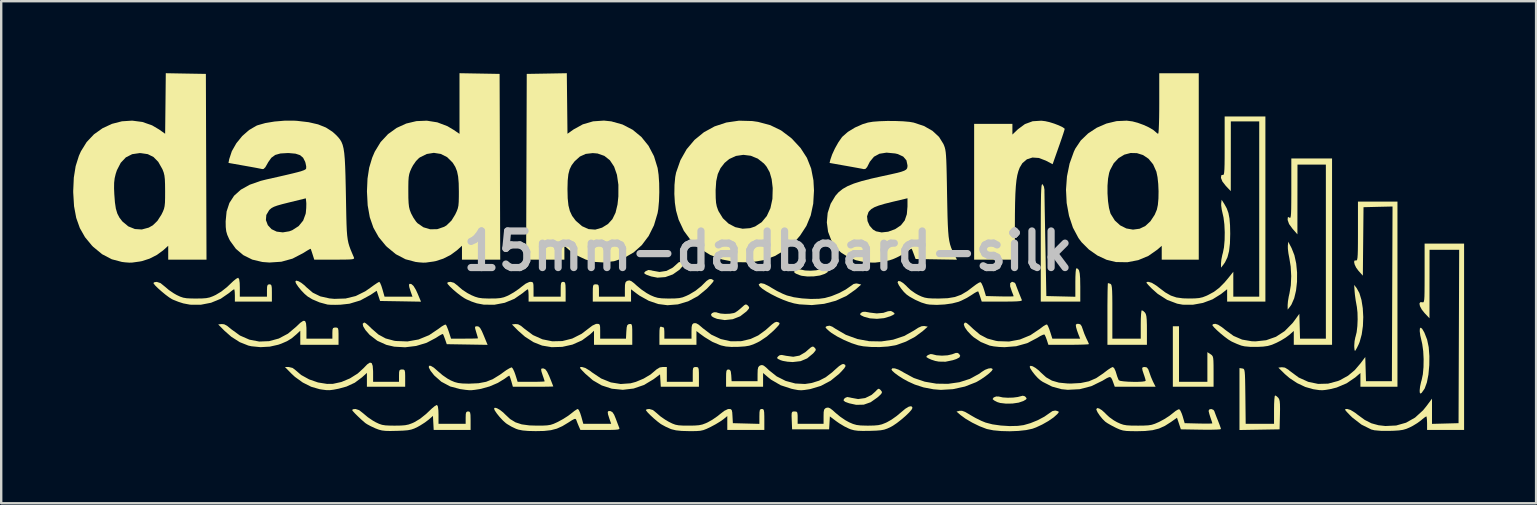
<source format=kicad_pcb>
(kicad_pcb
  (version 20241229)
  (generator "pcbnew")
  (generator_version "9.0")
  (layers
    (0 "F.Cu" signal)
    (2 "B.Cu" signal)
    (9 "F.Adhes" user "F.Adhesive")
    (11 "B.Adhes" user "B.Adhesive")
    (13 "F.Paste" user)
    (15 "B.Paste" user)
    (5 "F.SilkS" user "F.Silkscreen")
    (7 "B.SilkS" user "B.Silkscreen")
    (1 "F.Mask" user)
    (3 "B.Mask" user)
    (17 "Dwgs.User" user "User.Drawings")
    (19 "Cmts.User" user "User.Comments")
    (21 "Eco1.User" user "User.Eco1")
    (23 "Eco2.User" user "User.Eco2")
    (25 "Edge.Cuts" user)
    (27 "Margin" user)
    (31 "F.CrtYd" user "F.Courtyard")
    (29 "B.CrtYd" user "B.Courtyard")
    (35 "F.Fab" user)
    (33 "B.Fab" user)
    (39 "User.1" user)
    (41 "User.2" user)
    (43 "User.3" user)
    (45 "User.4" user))
  (footprint "15mm-dadboard-silk"
    (layer "F.Cu")
    (at 28.947 7.407)
    (property "Reference" "15mm-dadboard-silk" (at 0 0 0) (layer "Dwgs.User") (effects (font (size 1.524 1.524) (thickness 0.3))))
    (attr board_only exclude_from_pos_files exclude_from_bom)
    (fp_poly (pts (xy 17.122 5.45) (xy 18.304 5.45) (xy 18.304 4.214) (xy 18.433 4.298) (xy 18.487 4.337) (xy 18.523 4.384) (xy 18.545 4.458) (xy 18.556 4.579) (xy 18.561 4.765) (xy 18.562 5.019) (xy 18.562 5.656) (xy 16.865 5.656) (xy 16.865 3.136) (xy 17.122 3.136)) (stroke (width 0) (type solid)) (fill yes) (layer "F.SilkS"))
    (fp_poly (pts (xy -3.616 0.47) (xy -3.555 0.556) (xy -3.578 0.655) (xy -3.689 0.781) (xy -3.965 0.975) (xy -4.278 1.087) (xy -4.604 1.111) (xy -4.864 1.061) (xy -5.047 0.997) (xy -5.141 0.948) (xy -5.158 0.903) (xy -5.109 0.851) (xy -5.092 0.839) (xy -4.985 0.791) (xy -4.86 0.806) (xy -4.824 0.818) (xy -4.521 0.873) (xy -4.23 0.829) (xy -3.965 0.69) (xy -3.835 0.573) (xy -3.727 0.474) (xy -3.654 0.451)) (stroke (width 0) (type solid)) (fill yes) (layer "F.SilkS"))
    (fp_poly (pts (xy 5.203 2.541) (xy 5.265 2.59) (xy 5.267 2.627) (xy 5.197 2.671) (xy 5.087 2.722) (xy 4.833 2.798) (xy 4.538 2.826) (xy 4.244 2.806) (xy 3.996 2.738) (xy 3.991 2.736) (xy 3.87 2.676) (xy 3.832 2.634) (xy 3.861 2.589) (xy 3.877 2.575) (xy 3.947 2.536) (xy 4.045 2.531) (xy 4.203 2.558) (xy 4.24 2.566) (xy 4.528 2.6) (xy 4.801 2.577) (xy 5.001 2.51) (xy 5.121 2.499)) (stroke (width 0) (type solid)) (fill yes) (layer "F.SilkS"))
    (fp_poly (pts (xy 21.813 -0.119) (xy 21.929 0.174) (xy 22.005 0.52) (xy 22.041 0.897) (xy 22.039 1.28) (xy 21.998 1.646) (xy 21.92 1.972) (xy 21.805 2.234) (xy 21.75 2.314) (xy 21.649 2.442) (xy 21.648 2.252) (xy 21.661 2.093) (xy 21.695 1.891) (xy 21.724 1.766) (xy 21.78 1.432) (xy 21.797 1.045) (xy 21.775 0.648) (xy 21.72 0.309) (xy 21.681 0.102) (xy 21.658 -0.089) (xy 21.656 -0.216) (xy 21.673 -0.386)) (stroke (width 0) (type solid)) (fill yes) (layer "F.SilkS"))
    (fp_poly (pts (xy 2.402 0.742) (xy 2.449 0.782) (xy 2.495 0.84) (xy 2.475 0.886) (xy 2.377 0.945) (xy 2.359 0.954) (xy 2.161 1.021) (xy 1.907 1.057) (xy 1.64 1.062) (xy 1.403 1.033) (xy 1.32 1.008) (xy 1.161 0.943) (xy 1.091 0.891) (xy 1.099 0.841) (xy 1.149 0.796) (xy 1.273 0.753) (xy 1.371 0.775) (xy 1.545 0.811) (xy 1.772 0.821) (xy 2.003 0.804) (xy 2.193 0.761) (xy 2.195 0.761) (xy 2.322 0.726)) (stroke (width 0) (type solid)) (fill yes) (layer "F.SilkS"))
    (fp_poly (pts (xy 7.959 4.286) (xy 7.96 4.287) (xy 8.007 4.366) (xy 7.971 4.435) (xy 7.846 4.501) (xy 7.701 4.549) (xy 7.395 4.613) (xy 7.115 4.608) (xy 6.967 4.58) (xy 6.808 4.529) (xy 6.688 4.475) (xy 6.603 4.423) (xy 6.604 4.383) (xy 6.661 4.337) (xy 6.768 4.294) (xy 6.837 4.299) (xy 7.016 4.344) (xy 7.246 4.36) (xy 7.48 4.346) (xy 7.671 4.303) (xy 7.685 4.297) (xy 7.819 4.248) (xy 7.898 4.245)) (stroke (width 0) (type solid)) (fill yes) (layer "F.SilkS"))
    (fp_poly (pts (xy 4.668 5.77) (xy 4.698 5.802) (xy 4.742 5.861) (xy 4.742 5.913) (xy 4.687 5.984) (xy 4.565 6.095) (xy 4.556 6.103) (xy 4.275 6.301) (xy 3.987 6.402) (xy 3.674 6.409) (xy 3.381 6.345) (xy 3.218 6.286) (xy 3.148 6.231) (xy 3.162 6.169) (xy 3.212 6.12) (xy 3.3 6.083) (xy 3.426 6.105) (xy 3.452 6.113) (xy 3.753 6.168) (xy 4.048 6.127) (xy 4.315 5.995) (xy 4.465 5.862) (xy 4.558 5.766) (xy 4.615 5.737)) (stroke (width 0) (type solid)) (fill yes) (layer "F.SilkS"))
    (fp_poly (pts (xy 10.695 6.051) (xy 10.731 6.082) (xy 10.773 6.138) (xy 10.749 6.185) (xy 10.645 6.246) (xy 10.637 6.251) (xy 10.438 6.318) (xy 10.183 6.355) (xy 9.914 6.359) (xy 9.672 6.331) (xy 9.551 6.294) (xy 9.43 6.232) (xy 9.363 6.178) (xy 9.358 6.166) (xy 9.402 6.101) (xy 9.503 6.061) (xy 9.618 6.063) (xy 9.641 6.07) (xy 9.786 6.101) (xy 9.99 6.113) (xy 10.211 6.107) (xy 10.405 6.082) (xy 10.486 6.061) (xy 10.613 6.029)) (stroke (width 0) (type solid)) (fill yes) (layer "F.SilkS"))
    (fp_poly (pts (xy 19.013 -1.954) (xy 19.112 -1.775) (xy 19.181 -1.583) (xy 19.225 -1.355) (xy 19.248 -1.069) (xy 19.255 -0.72) (xy 19.244 -0.315) (xy 19.207 0.006) (xy 19.14 0.262) (xy 19.04 0.47) (xy 18.973 0.566) (xy 18.872 0.694) (xy 18.872 0.514) (xy 18.887 0.355) (xy 18.926 0.162) (xy 18.95 0.077) (xy 18.996 -0.155) (xy 19.022 -0.453) (xy 19.027 -0.783) (xy 19.012 -1.109) (xy 18.976 -1.397) (xy 18.945 -1.535) (xy 18.902 -1.725) (xy 18.879 -1.898) (xy 18.88 -1.983) (xy 18.898 -2.134)) (stroke (width 0) (type solid)) (fill yes) (layer "F.SilkS"))
    (fp_poly (pts (xy -0.866 2.25) (xy -0.838 2.277) (xy -0.788 2.338) (xy -0.794 2.395) (xy -0.863 2.48) (xy -0.899 2.519) (xy -1.16 2.72) (xy -1.469 2.842) (xy -1.803 2.878) (xy -2.124 2.827) (xy -2.258 2.774) (xy -2.344 2.721) (xy -2.377 2.653) (xy -2.335 2.589) (xy -2.249 2.551) (xy -2.145 2.555) (xy -2.112 2.569) (xy -1.98 2.605) (xy -1.792 2.62) (xy -1.592 2.613) (xy -1.426 2.585) (xy -1.372 2.565) (xy -1.264 2.493) (xy -1.131 2.384) (xy -1.092 2.348) (xy -0.986 2.254) (xy -0.921 2.224)) (stroke (width 0) (type solid)) (fill yes) (layer "F.SilkS"))
    (fp_poly (pts (xy 1.891 3.987) (xy 1.941 4.027) (xy 1.988 4.087) (xy 1.981 4.144) (xy 1.912 4.231) (xy 1.874 4.272) (xy 1.63 4.474) (xy 1.358 4.589) (xy 1.034 4.626) (xy 1.018 4.626) (xy 0.812 4.612) (xy 0.62 4.579) (xy 0.518 4.547) (xy 0.406 4.493) (xy 0.377 4.45) (xy 0.416 4.395) (xy 0.424 4.388) (xy 0.489 4.34) (xy 0.574 4.331) (xy 0.715 4.358) (xy 0.751 4.366) (xy 1.051 4.406) (xy 1.311 4.358) (xy 1.553 4.216) (xy 1.629 4.15) (xy 1.757 4.037) (xy 1.837 3.985)) (stroke (width 0) (type solid)) (fill yes) (layer "F.SilkS"))
    (fp_poly (pts (xy 19.757 4.894) (xy 19.795 4.901) (xy 19.823 4.92) (xy 19.844 4.963) (xy 19.859 5.043) (xy 19.869 5.173) (xy 19.876 5.366) (xy 19.881 5.633) (xy 19.886 5.989) (xy 19.887 6.054) (xy 19.9 7.198) (xy 21.081 7.198) (xy 21.081 6.607) (xy 21.084 6.374) (xy 21.094 6.185) (xy 21.108 6.058) (xy 21.124 6.016) (xy 21.189 6.05) (xy 21.255 6.112) (xy 21.292 6.169) (xy 21.316 6.253) (xy 21.328 6.384) (xy 21.331 6.582) (xy 21.327 6.819) (xy 21.312 7.43) (xy 20.477 7.444) (xy 19.641 7.458) (xy 19.641 4.877)) (stroke (width 0) (type solid)) (fill yes) (layer "F.SilkS"))
    (fp_poly (pts (xy 24.519 1.54) (xy 24.637 1.753) (xy 24.724 2.042) (xy 24.778 2.382) (xy 24.798 2.75) (xy 24.784 3.122) (xy 24.734 3.476) (xy 24.648 3.788) (xy 24.608 3.886) (xy 24.536 4.034) (xy 24.478 4.135) (xy 24.452 4.165) (xy 24.434 4.119) (xy 24.424 4.003) (xy 24.423 3.937) (xy 24.436 3.758) (xy 24.467 3.597) (xy 24.478 3.565) (xy 24.523 3.381) (xy 24.552 3.13) (xy 24.564 2.848) (xy 24.558 2.569) (xy 24.532 2.329) (xy 24.524 2.288) (xy 24.483 2.059) (xy 24.45 1.816) (xy 24.439 1.697) (xy 24.419 1.414)) (stroke (width 0) (type solid)) (fill yes) (layer "F.SilkS"))
    (fp_poly (pts (xy 27.253 3.243) (xy 27.338 3.387) (xy 27.347 3.406) (xy 27.458 3.69) (xy 27.525 4.007) (xy 27.553 4.379) (xy 27.549 4.752) (xy 27.514 5.145) (xy 27.449 5.476) (xy 27.355 5.733) (xy 27.236 5.903) (xy 27.22 5.918) (xy 27.171 5.94) (xy 27.151 5.889) (xy 27.149 5.804) (xy 27.165 5.65) (xy 27.206 5.459) (xy 27.231 5.373) (xy 27.281 5.137) (xy 27.308 4.835) (xy 27.313 4.502) (xy 27.296 4.171) (xy 27.256 3.878) (xy 27.232 3.772) (xy 27.175 3.523) (xy 27.151 3.339) (xy 27.158 3.226) (xy 27.193 3.192)) (stroke (width 0) (type solid)) (fill yes) (layer "F.SilkS"))
    (fp_poly (pts (xy 14.222 1.353) (xy 14.264 1.368) (xy 14.291 1.39) (xy 14.311 1.439) (xy 14.326 1.529) (xy 14.336 1.672) (xy 14.342 1.881) (xy 14.345 2.167) (xy 14.345 2.525) (xy 14.345 3.651) (xy 15.528 3.651) (xy 15.528 3.059) (xy 15.531 2.827) (xy 15.541 2.637) (xy 15.555 2.511) (xy 15.571 2.468) (xy 15.636 2.502) (xy 15.7 2.562) (xy 15.737 2.622) (xy 15.762 2.716) (xy 15.777 2.862) (xy 15.784 3.08) (xy 15.785 3.282) (xy 15.785 3.908) (xy 14.14 3.908) (xy 14.14 2.622) (xy 14.14 2.271) (xy 14.143 1.956) (xy 14.146 1.692) (xy 14.151 1.492) (xy 14.156 1.369) (xy 14.161 1.337)) (stroke (width 0) (type solid)) (fill yes) (layer "F.SilkS"))
    (fp_poly (pts (xy 2.679 3.154) (xy 2.81 3.24) (xy 3.245 3.493) (xy 3.719 3.666) (xy 4.216 3.758) (xy 4.718 3.767) (xy 5.21 3.695) (xy 5.674 3.54) (xy 6.071 3.318) (xy 6.262 3.195) (xy 6.4 3.134) (xy 6.506 3.125) (xy 6.518 3.127) (xy 6.654 3.152) (xy 6.441 3.341) (xy 6.123 3.575) (xy 5.747 3.774) (xy 5.36 3.914) (xy 5.291 3.931) (xy 4.995 3.979) (xy 4.649 4.002) (xy 4.293 3.998) (xy 3.966 3.97) (xy 3.753 3.929) (xy 3.47 3.836) (xy 3.168 3.708) (xy 2.883 3.562) (xy 2.646 3.415) (xy 2.55 3.34) (xy 2.438 3.238) (xy 2.395 3.182) (xy 2.414 3.149) (xy 2.472 3.125) (xy 2.567 3.112)) (stroke (width 0) (type solid)) (fill yes) (layer "F.SilkS"))
    (fp_poly (pts (xy -0.158 1.369) (xy 0.051 1.474) (xy 0.154 1.538) (xy 0.371 1.664) (xy 0.614 1.782) (xy 0.786 1.852) (xy 1.073 1.926) (xy 1.419 1.975) (xy 1.783 1.998) (xy 2.126 1.99) (xy 2.369 1.958) (xy 2.655 1.876) (xy 2.958 1.753) (xy 3.235 1.606) (xy 3.433 1.468) (xy 3.565 1.375) (xy 3.676 1.351) (xy 3.742 1.362) (xy 3.882 1.398) (xy 3.651 1.601) (xy 3.268 1.871) (xy 2.823 2.073) (xy 2.336 2.201) (xy 1.824 2.253) (xy 1.308 2.223) (xy 1.086 2.183) (xy 0.868 2.122) (xy 0.627 2.032) (xy 0.378 1.923) (xy 0.14 1.803) (xy -0.073 1.681) (xy -0.243 1.567) (xy -0.353 1.469) (xy -0.387 1.396) (xy -0.383 1.384) (xy -0.302 1.339)) (stroke (width 0) (type solid)) (fill yes) (layer "F.SilkS"))
    (fp_poly (pts (xy 9.354 4.913) (xy 9.358 4.933) (xy 9.317 4.999) (xy 9.21 5.1) (xy 9.058 5.219) (xy 8.884 5.339) (xy 8.71 5.443) (xy 8.664 5.467) (xy 8.203 5.647) (xy 7.704 5.756) (xy 7.201 5.786) (xy 6.89 5.761) (xy 6.478 5.682) (xy 6.112 5.563) (xy 5.837 5.438) (xy 5.631 5.325) (xy 5.438 5.202) (xy 5.279 5.085) (xy 5.174 4.988) (xy 5.142 4.932) (xy 5.181 4.886) (xy 5.286 4.891) (xy 5.434 4.941) (xy 5.604 5.031) (xy 5.65 5.061) (xy 6.072 5.29) (xy 6.532 5.445) (xy 7.015 5.527) (xy 7.5 5.534) (xy 7.972 5.467) (xy 8.412 5.326) (xy 8.803 5.112) (xy 8.905 5.036) (xy 9.041 4.95) (xy 9.179 4.897) (xy 9.292 4.882)) (stroke (width 0) (type solid)) (fill yes) (layer "F.SilkS"))
    (fp_poly (pts (xy 11.548 -5.409) (xy 11.725 -5.369) (xy 11.92 -5.308) (xy 12.106 -5.237) (xy 12.257 -5.166) (xy 12.346 -5.106) (xy 12.359 -5.087) (xy 12.345 -5.03) (xy 12.303 -4.895) (xy 12.237 -4.699) (xy 12.154 -4.458) (xy 12.111 -4.337) (xy 11.857 -3.616) (xy 11.571 -3.766) (xy 11.282 -3.876) (xy 11.017 -3.894) (xy 10.785 -3.82) (xy 10.596 -3.659) (xy 10.485 -3.474) (xy 10.43 -3.328) (xy 10.385 -3.158) (xy 10.35 -2.951) (xy 10.324 -2.698) (xy 10.305 -2.385) (xy 10.293 -2.003) (xy 10.286 -1.538) (xy 10.284 -1.093) (xy 10.283 0.36) (xy 8.587 0.36) (xy 8.587 -5.296) (xy 10.181 -5.296) (xy 10.181 -4.851) (xy 10.411 -5.072) (xy 10.702 -5.287) (xy 11.026 -5.406) (xy 11.386 -5.428)) (stroke (width 0) (type solid)) (fill yes) (layer "F.SilkS"))
    (fp_poly (pts (xy 11.44 -2.777) (xy 11.494 -2.683) (xy 11.516 -2.552) (xy 11.516 -2.467) (xy 11.519 -2.291) (xy 11.523 -2.035) (xy 11.528 -1.712) (xy 11.535 -1.333) (xy 11.543 -0.911) (xy 11.551 -0.456) (xy 11.555 -0.257) (xy 11.595 1.877) (xy 12.803 1.906) (xy 12.803 1.313) (xy 12.806 1.08) (xy 12.815 0.89) (xy 12.829 0.763) (xy 12.844 0.72) (xy 12.91 0.74) (xy 12.957 0.808) (xy 12.987 0.938) (xy 13.003 1.143) (xy 13.008 1.436) (xy 13.009 1.476) (xy 13.009 2.108) (xy 11.363 2.108) (xy 11.363 -0.366) (xy 11.363 -0.938) (xy 11.364 -1.415) (xy 11.366 -1.806) (xy 11.37 -2.117) (xy 11.374 -2.358) (xy 11.381 -2.536) (xy 11.39 -2.66) (xy 11.4 -2.737) (xy 11.414 -2.775) (xy 11.43 -2.783)) (stroke (width 0) (type solid)) (fill yes) (layer "F.SilkS"))
    (fp_poly (pts (xy 12.013 6.656) (xy 12.104 6.685) (xy 12.109 6.725) (xy 12.05 6.797) (xy 11.896 6.935) (xy 11.676 7.086) (xy 11.422 7.23) (xy 11.167 7.349) (xy 11.014 7.405) (xy 10.754 7.461) (xy 10.428 7.496) (xy 10.071 7.51) (xy 9.713 7.501) (xy 9.387 7.471) (xy 9.126 7.418) (xy 9.099 7.41) (xy 8.811 7.299) (xy 8.508 7.151) (xy 8.229 6.987) (xy 8.026 6.839) (xy 7.852 6.69) (xy 7.98 6.658) (xy 8.08 6.656) (xy 8.209 6.703) (xy 8.391 6.808) (xy 8.426 6.831) (xy 8.644 6.956) (xy 8.886 7.075) (xy 9.064 7.148) (xy 9.351 7.222) (xy 9.697 7.271) (xy 10.061 7.294) (xy 10.404 7.286) (xy 10.647 7.254) (xy 10.933 7.172) (xy 11.236 7.049) (xy 11.513 6.902) (xy 11.711 6.764) (xy 11.848 6.67) (xy 11.963 6.647)) (stroke (width 0) (type solid)) (fill yes) (layer "F.SilkS"))
    (fp_poly (pts (xy -7.052 3.04) (xy -7.012 3.073) (xy -6.996 3.16) (xy -6.993 3.322) (xy -6.993 3.342) (xy -6.993 3.651) (xy -5.918 3.651) (xy -5.903 3.355) (xy -5.889 3.186) (xy -5.865 3.094) (xy -5.818 3.054) (xy -5.772 3.043) (xy -5.716 3.04) (xy -5.682 3.064) (xy -5.664 3.133) (xy -5.657 3.268) (xy -5.656 3.467) (xy -5.656 3.908) (xy -7.25 3.908) (xy -7.25 3.322) (xy -7.417 3.478) (xy -7.753 3.725) (xy -8.146 3.899) (xy -8.572 3.994) (xy -9.012 4.007) (xy -9.413 3.94) (xy -9.769 3.799) (xy -10.124 3.572) (xy -10.41 3.321) (xy -10.669 3.059) (xy -10.525 3.043) (xy -10.413 3.053) (xy -10.29 3.12) (xy -10.156 3.232) (xy -9.793 3.503) (xy -9.399 3.679) (xy -8.987 3.762) (xy -8.569 3.752) (xy -8.158 3.648) (xy -7.766 3.45) (xy -7.499 3.246) (xy -7.319 3.109) (xy -7.17 3.039) (xy -7.126 3.034)) (stroke (width 0) (type solid)) (fill yes) (layer "F.SilkS"))
    (fp_poly (pts (xy -19.289 2.915) (xy -19.247 3.011) (xy -19.231 3.199) (xy -19.23 3.289) (xy -19.23 3.651) (xy -18.15 3.651) (xy -18.15 3.419) (xy -18.145 3.276) (xy -18.119 3.209) (xy -18.056 3.189) (xy -18.022 3.188) (xy -17.955 3.193) (xy -17.916 3.224) (xy -17.898 3.303) (xy -17.893 3.452) (xy -17.893 3.548) (xy -17.893 3.908) (xy -19.487 3.908) (xy -19.487 3.322) (xy -19.654 3.477) (xy -19.845 3.638) (xy -20.039 3.757) (xy -20.275 3.859) (xy -20.405 3.905) (xy -20.756 3.984) (xy -21.144 4.006) (xy -21.52 3.969) (xy -21.65 3.94) (xy -22.006 3.799) (xy -22.362 3.572) (xy -22.647 3.321) (xy -22.906 3.059) (xy -22.764 3.043) (xy -22.658 3.053) (xy -22.538 3.115) (xy -22.38 3.243) (xy -22.367 3.255) (xy -21.999 3.522) (xy -21.605 3.694) (xy -21.196 3.772) (xy -20.784 3.756) (xy -20.381 3.646) (xy -19.999 3.443) (xy -19.662 3.159) (xy -19.487 2.992) (xy -19.366 2.91)) (stroke (width 0) (type solid)) (fill yes) (layer "F.SilkS"))
    (fp_poly (pts (xy -4.216 5.45) (xy -3.136 5.45) (xy -3.136 5.142) (xy -3.134 4.971) (xy -3.119 4.878) (xy -3.082 4.841) (xy -3.012 4.833) (xy -3.008 4.833) (xy -2.944 4.838) (xy -2.906 4.865) (xy -2.887 4.936) (xy -2.88 5.071) (xy -2.879 5.245) (xy -2.879 5.656) (xy -4.468 5.656) (xy -4.483 5.397) (xy -4.499 5.139) (xy -4.769 5.342) (xy -5.168 5.582) (xy -5.6 5.73) (xy -6.049 5.783) (xy -6.5 5.738) (xy -6.517 5.734) (xy -6.929 5.6) (xy -7.297 5.387) (xy -7.614 5.111) (xy -7.751 4.971) (xy -7.822 4.888) (xy -7.835 4.848) (xy -7.797 4.834) (xy -7.749 4.833) (xy -7.611 4.873) (xy -7.427 4.984) (xy -7.338 5.053) (xy -6.954 5.31) (xy -6.55 5.474) (xy -6.138 5.541) (xy -5.727 5.512) (xy -5.506 5.452) (xy -5.182 5.316) (xy -4.893 5.144) (xy -4.67 4.955) (xy -4.658 4.942) (xy -4.51 4.851) (xy -4.388 4.833) (xy -4.216 4.833)) (stroke (width 0) (type solid)) (fill yes) (layer "F.SilkS"))
    (fp_poly (pts (xy -16.512 4.67) (xy -16.47 4.785) (xy -16.454 4.998) (xy -16.453 5.07) (xy -16.453 5.45) (xy -15.374 5.45) (xy -15.374 5.193) (xy -15.37 5.041) (xy -15.348 4.964) (xy -15.297 4.938) (xy -15.245 4.936) (xy -15.178 4.941) (xy -15.14 4.972) (xy -15.122 5.051) (xy -15.117 5.2) (xy -15.117 5.296) (xy -15.117 5.656) (xy -16.711 5.656) (xy -16.711 5.078) (xy -16.914 5.262) (xy -17.217 5.488) (xy -17.561 5.647) (xy -17.886 5.736) (xy -18.101 5.778) (xy -18.261 5.798) (xy -18.41 5.795) (xy -18.595 5.771) (xy -18.685 5.756) (xy -19.032 5.656) (xy -19.384 5.479) (xy -19.711 5.243) (xy -19.845 5.119) (xy -20.126 4.833) (xy -19.969 4.833) (xy -19.81 4.871) (xy -19.718 4.937) (xy -19.451 5.165) (xy -19.117 5.349) (xy -18.748 5.477) (xy -18.373 5.537) (xy -18.125 5.534) (xy -17.774 5.457) (xy -17.417 5.307) (xy -17.093 5.103) (xy -16.851 4.881) (xy -16.696 4.721) (xy -16.585 4.649)) (stroke (width 0) (type solid)) (fill yes) (layer "F.SilkS"))
    (fp_poly (pts (xy -19.57 1.255) (xy -19.447 1.324) (xy -19.312 1.43) (xy -19.229 1.512) (xy -18.965 1.737) (xy -18.651 1.89) (xy -18.272 1.975) (xy -18.064 1.994) (xy -17.6 1.979) (xy -17.177 1.876) (xy -16.778 1.678) (xy -16.581 1.541) (xy -16.419 1.423) (xy -16.287 1.334) (xy -16.207 1.288) (xy -16.196 1.285) (xy -16.16 1.331) (xy -16.11 1.449) (xy -16.064 1.594) (xy -15.977 1.902) (xy -14.813 1.902) (xy -14.888 1.69) (xy -14.946 1.506) (xy -14.959 1.402) (xy -14.925 1.365) (xy -14.855 1.38) (xy -14.769 1.456) (xy -14.669 1.621) (xy -14.603 1.765) (xy -14.457 2.111) (xy -15.309 2.096) (xy -16.162 2.082) (xy -16.233 1.869) (xy -16.304 1.656) (xy -16.558 1.827) (xy -16.986 2.06) (xy -17.438 2.196) (xy -17.816 2.238) (xy -18.029 2.243) (xy -18.216 2.241) (xy -18.343 2.232) (xy -18.356 2.23) (xy -18.682 2.142) (xy -18.986 2.013) (xy -19.175 1.899) (xy -19.308 1.786) (xy -19.447 1.641) (xy -19.571 1.49) (xy -19.66 1.358) (xy -19.693 1.272) (xy -19.658 1.234)) (stroke (width 0) (type solid)) (fill yes) (layer "F.SilkS"))
    (fp_poly (pts (xy 3.217 4.746) (xy 3.227 4.8) (xy 3.178 4.885) (xy 3.062 5.015) (xy 2.958 5.121) (xy 2.607 5.405) (xy 2.201 5.62) (xy 1.77 5.75) (xy 1.717 5.76) (xy 1.521 5.79) (xy 1.381 5.802) (xy 1.253 5.794) (xy 1.092 5.765) (xy 0.977 5.74) (xy 0.528 5.593) (xy 0.128 5.361) (xy 0.009 5.266) (xy -0.206 5.082) (xy -0.206 5.656) (xy -1.748 5.656) (xy -1.748 5.296) (xy -1.745 5.107) (xy -1.733 4.998) (xy -1.704 4.948) (xy -1.653 4.936) (xy -1.648 4.936) (xy -1.585 4.954) (xy -1.551 5.023) (xy -1.533 5.169) (xy -1.532 5.18) (xy -1.517 5.424) (xy -0.437 5.424) (xy -0.436 5.121) (xy -0.43 4.945) (xy -0.408 4.843) (xy -0.361 4.787) (xy -0.323 4.767) (xy -0.252 4.75) (xy -0.177 4.776) (xy -0.075 4.857) (xy 0.036 4.964) (xy 0.363 5.225) (xy 0.737 5.413) (xy 1.137 5.52) (xy 1.541 5.54) (xy 1.806 5.501) (xy 2.125 5.403) (xy 2.401 5.261) (xy 2.671 5.055) (xy 2.78 4.954) (xy 2.961 4.795) (xy 3.087 4.716) (xy 3.155 4.709)) (stroke (width 0) (type solid)) (fill yes) (layer "F.SilkS"))
    (fp_poly (pts (xy 26.223 5.656) (xy 24.68 5.656) (xy 24.68 5.082) (xy 24.464 5.268) (xy 24.103 5.513) (xy 23.687 5.689) (xy 23.424 5.754) (xy 23.238 5.786) (xy 23.103 5.8) (xy 22.976 5.796) (xy 22.812 5.773) (xy 22.705 5.756) (xy 22.383 5.664) (xy 22.044 5.504) (xy 21.726 5.294) (xy 21.531 5.126) (xy 21.261 4.859) (xy 21.405 4.842) (xy 21.534 4.858) (xy 21.676 4.944) (xy 21.739 4.998) (xy 22.109 5.271) (xy 22.506 5.451) (xy 22.918 5.537) (xy 23.334 5.526) (xy 23.745 5.416) (xy 23.839 5.376) (xy 24.166 5.194) (xy 24.443 4.963) (xy 24.682 4.683) (xy 24.882 4.417) (xy 24.912 5.424) (xy 25.991 5.424) (xy 26.004 1.785) (xy 26.018 -1.854) (xy 25.413 -1.84) (xy 24.809 -1.825) (xy 24.795 -0.399) (xy 24.781 1.027) (xy 24.602 0.829) (xy 24.503 0.695) (xy 24.44 0.563) (xy 24.416 0.455) (xy 24.438 0.393) (xy 24.5 0.393) (xy 24.525 0.391) (xy 24.543 0.359) (xy 24.557 0.283) (xy 24.567 0.154) (xy 24.573 -0.04) (xy 24.576 -0.311) (xy 24.577 -0.669) (xy 24.577 -0.817) (xy 24.577 -2.057) (xy 26.223 -2.057)) (stroke (width 0) (type solid)) (fill yes) (layer "F.SilkS"))
    (fp_poly (pts (xy -16.75 3.017) (xy -16.644 3.107) (xy -16.516 3.232) (xy -16.231 3.48) (xy -15.93 3.643) (xy -15.579 3.738) (xy -15.505 3.749) (xy -15.023 3.768) (xy -14.559 3.686) (xy -14.12 3.506) (xy -13.736 3.248) (xy -13.594 3.143) (xy -13.482 3.078) (xy -13.422 3.066) (xy -13.421 3.067) (xy -13.384 3.138) (xy -13.331 3.272) (xy -13.293 3.381) (xy -13.206 3.651) (xy -12.644 3.651) (xy -12.418 3.65) (xy -12.236 3.647) (xy -12.118 3.642) (xy -12.084 3.638) (xy -12.097 3.586) (xy -12.132 3.467) (xy -12.158 3.381) (xy -12.2 3.236) (xy -12.207 3.164) (xy -12.174 3.139) (xy -12.117 3.136) (xy -12.051 3.152) (xy -11.991 3.213) (xy -11.923 3.335) (xy -11.842 3.523) (xy -11.683 3.91) (xy -12.533 3.896) (xy -13.384 3.882) (xy -13.454 3.68) (xy -13.502 3.55) (xy -13.538 3.468) (xy -13.544 3.457) (xy -13.594 3.473) (xy -13.704 3.534) (xy -13.84 3.622) (xy -14.225 3.825) (xy -14.66 3.956) (xy -15.118 4.011) (xy -15.571 3.986) (xy -15.898 3.911) (xy -16.275 3.741) (xy -16.597 3.494) (xy -16.77 3.296) (xy -16.866 3.139) (xy -16.887 3.032) (xy -16.832 2.984) (xy -16.809 2.982)) (stroke (width 0) (type solid)) (fill yes) (layer "F.SilkS"))
    (fp_poly (pts (xy -2.367 1.167) (xy -2.283 1.208) (xy -2.262 1.24) (xy -2.296 1.295) (xy -2.387 1.401) (xy -2.517 1.539) (xy -2.559 1.581) (xy -2.923 1.88) (xy -3.326 2.096) (xy -3.754 2.224) (xy -4.19 2.259) (xy -4.577 2.209) (xy -4.969 2.074) (xy -5.347 1.864) (xy -5.463 1.781) (xy -5.707 1.595) (xy -5.707 2.108) (xy -7.301 2.108) (xy -7.301 1.748) (xy -7.299 1.56) (xy -7.288 1.453) (xy -7.26 1.403) (xy -7.207 1.389) (xy -7.173 1.388) (xy -7.096 1.397) (xy -7.058 1.439) (xy -7.045 1.542) (xy -7.044 1.645) (xy -7.044 1.902) (xy -5.964 1.902) (xy -5.964 1.592) (xy -5.96 1.416) (xy -5.941 1.315) (xy -5.898 1.262) (xy -5.849 1.238) (xy -5.775 1.226) (xy -5.693 1.257) (xy -5.581 1.341) (xy -5.463 1.449) (xy -5.274 1.605) (xy -5.058 1.753) (xy -4.898 1.841) (xy -4.738 1.909) (xy -4.592 1.951) (xy -4.425 1.972) (xy -4.202 1.979) (xy -4.112 1.98) (xy -3.872 1.976) (xy -3.698 1.962) (xy -3.555 1.93) (xy -3.409 1.872) (xy -3.284 1.813) (xy -3.018 1.654) (xy -2.775 1.459) (xy -2.709 1.393) (xy -2.561 1.247) (xy -2.454 1.176) (xy -2.37 1.166)) (stroke (width 0) (type solid)) (fill yes) (layer "F.SilkS"))
    (fp_poly (pts (xy 20.721 2.108) (xy 19.127 2.108) (xy 19.127 1.592) (xy 18.87 1.795) (xy 18.52 2.013) (xy 18.119 2.163) (xy 17.695 2.24) (xy 17.278 2.237) (xy 17.045 2.194) (xy 16.627 2.036) (xy 16.233 1.784) (xy 15.986 1.564) (xy 15.849 1.423) (xy 15.778 1.34) (xy 15.765 1.3) (xy 15.803 1.287) (xy 15.852 1.285) (xy 15.99 1.326) (xy 16.18 1.443) (xy 16.286 1.525) (xy 16.55 1.725) (xy 16.782 1.857) (xy 17.015 1.936) (xy 17.284 1.972) (xy 17.533 1.979) (xy 17.78 1.975) (xy 17.96 1.96) (xy 18.109 1.926) (xy 18.262 1.867) (xy 18.33 1.835) (xy 18.578 1.701) (xy 18.798 1.534) (xy 19.017 1.314) (xy 19.185 1.114) (xy 19.384 0.865) (xy 19.384 1.902) (xy 20.464 1.902) (xy 20.464 -5.399) (xy 19.281 -5.399) (xy 19.28 -3.946) (xy 19.279 -2.494) (xy 19.074 -2.71) (xy 18.931 -2.892) (xy 18.871 -3.041) (xy 18.87 -3.063) (xy 18.886 -3.16) (xy 18.941 -3.172) (xy 18.947 -3.169) (xy 18.972 -3.171) (xy 18.99 -3.203) (xy 19.004 -3.279) (xy 19.014 -3.408) (xy 19.02 -3.603) (xy 19.023 -3.874) (xy 19.024 -4.234) (xy 19.024 -4.372) (xy 19.024 -5.604) (xy 20.721 -5.604)) (stroke (width 0) (type solid)) (fill yes) (layer "F.SilkS"))
    (fp_poly (pts (xy 0.417 2.964) (xy 0.422 2.966) (xy 0.471 2.994) (xy 0.481 3.032) (xy 0.442 3.095) (xy 0.346 3.2) (xy 0.221 3.327) (xy -0.051 3.564) (xy -0.341 3.758) (xy -0.431 3.806) (xy -0.617 3.891) (xy -0.78 3.944) (xy -0.96 3.974) (xy -1.195 3.99) (xy -1.247 3.993) (xy -1.532 3.996) (xy -1.753 3.979) (xy -1.947 3.936) (xy -2.005 3.917) (xy -2.318 3.785) (xy -2.644 3.587) (xy -2.841 3.443) (xy -2.982 3.334) (xy -2.982 3.908) (xy -4.525 3.908) (xy -4.525 3.517) (xy -4.522 3.318) (xy -4.511 3.204) (xy -4.487 3.156) (xy -4.447 3.155) (xy -4.443 3.157) (xy -4.361 3.184) (xy -4.341 3.188) (xy -4.328 3.234) (xy -4.32 3.35) (xy -4.319 3.419) (xy -4.319 3.651) (xy -3.188 3.651) (xy -3.188 3.346) (xy -3.183 3.171) (xy -3.163 3.072) (xy -3.119 3.022) (xy -3.082 3.007) (xy -3.001 3.007) (xy -2.896 3.064) (xy -2.748 3.188) (xy -2.721 3.213) (xy -2.364 3.484) (xy -1.97 3.668) (xy -1.556 3.761) (xy -1.136 3.758) (xy -1.08 3.749) (xy -0.723 3.663) (xy -0.409 3.518) (xy -0.104 3.297) (xy 0.008 3.198) (xy 0.166 3.057) (xy 0.274 2.978) (xy 0.35 2.951)) (stroke (width 0) (type solid)) (fill yes) (layer "F.SilkS"))
    (fp_poly (pts (xy 23.498 3.908) (xy 21.904 3.908) (xy 21.904 3.331) (xy 21.713 3.499) (xy 21.565 3.609) (xy 21.367 3.73) (xy 21.186 3.823) (xy 20.994 3.906) (xy 20.822 3.956) (xy 20.629 3.983) (xy 20.387 3.995) (xy 20.096 3.994) (xy 19.854 3.972) (xy 19.718 3.941) (xy 19.535 3.871) (xy 19.34 3.784) (xy 19.301 3.764) (xy 19.174 3.686) (xy 19.018 3.57) (xy 18.854 3.436) (xy 18.701 3.3) (xy 18.582 3.182) (xy 18.516 3.099) (xy 18.51 3.08) (xy 18.554 3.045) (xy 18.636 3.034) (xy 18.75 3.071) (xy 18.912 3.175) (xy 19.054 3.289) (xy 19.394 3.537) (xy 19.751 3.691) (xy 20.147 3.759) (xy 20.31 3.765) (xy 20.754 3.717) (xy 21.16 3.574) (xy 21.525 3.337) (xy 21.849 3.007) (xy 21.929 2.902) (xy 22.135 2.617) (xy 22.15 3.134) (xy 22.164 3.651) (xy 23.24 3.651) (xy 23.24 -3.599) (xy 22.058 -3.599) (xy 22.056 -2.147) (xy 22.055 -0.694) (xy 21.852 -0.926) (xy 21.706 -1.126) (xy 21.649 -1.289) (xy 21.648 -1.305) (xy 21.655 -1.402) (xy 21.687 -1.414) (xy 21.724 -1.388) (xy 21.748 -1.378) (xy 21.766 -1.399) (xy 21.78 -1.462) (xy 21.79 -1.579) (xy 21.796 -1.759) (xy 21.799 -2.015) (xy 21.801 -2.356) (xy 21.801 -2.59) (xy 21.801 -3.856) (xy 23.498 -3.856)) (stroke (width 0) (type solid)) (fill yes) (layer "F.SilkS"))
    (fp_poly (pts (xy -22.071 1.118) (xy -22.032 1.179) (xy -22.011 1.335) (xy -22.006 1.521) (xy -22.006 1.902) (xy -20.875 1.902) (xy -20.875 1.645) (xy -20.87 1.491) (xy -20.847 1.414) (xy -20.796 1.389) (xy -20.772 1.388) (xy -20.718 1.398) (xy -20.687 1.442) (xy -20.673 1.542) (xy -20.67 1.72) (xy -20.67 1.748) (xy -20.67 2.108) (xy -22.212 2.108) (xy -22.212 1.851) (xy -22.218 1.704) (xy -22.232 1.611) (xy -22.244 1.594) (xy -22.298 1.625) (xy -22.399 1.703) (xy -22.451 1.748) (xy -22.802 1.99) (xy -23.204 2.156) (xy -23.635 2.24) (xy -24.072 2.237) (xy -24.359 2.183) (xy -24.559 2.119) (xy -24.756 2.042) (xy -24.828 2.009) (xy -24.95 1.933) (xy -25.103 1.819) (xy -25.265 1.685) (xy -25.416 1.551) (xy -25.535 1.433) (xy -25.599 1.35) (xy -25.606 1.332) (xy -25.561 1.299) (xy -25.464 1.287) (xy -25.309 1.338) (xy -25.125 1.487) (xy -25.124 1.487) (xy -24.962 1.625) (xy -24.76 1.762) (xy -24.636 1.833) (xy -24.489 1.902) (xy -24.36 1.945) (xy -24.215 1.969) (xy -24.023 1.978) (xy -23.832 1.98) (xy -23.583 1.977) (xy -23.405 1.964) (xy -23.263 1.935) (xy -23.126 1.884) (xy -23.009 1.829) (xy -22.779 1.691) (xy -22.541 1.504) (xy -22.418 1.387) (xy -22.277 1.253) (xy -22.158 1.157) (xy -22.081 1.117)) (stroke (width 0) (type solid)) (fill yes) (layer "F.SilkS"))
    (fp_poly (pts (xy -8.484 1.294) (xy -8.453 1.334) (xy -8.438 1.425) (xy -8.433 1.588) (xy -8.432 1.697) (xy -8.432 2.108) (xy -9.975 2.108) (xy -9.975 1.851) (xy -9.981 1.704) (xy -9.995 1.611) (xy -10.007 1.594) (xy -10.061 1.625) (xy -10.162 1.703) (xy -10.214 1.748) (xy -10.567 1.992) (xy -10.971 2.158) (xy -11.404 2.24) (xy -11.845 2.235) (xy -12.133 2.18) (xy -12.346 2.108) (xy -12.562 2.014) (xy -12.647 1.968) (xy -12.79 1.873) (xy -12.952 1.748) (xy -13.111 1.613) (xy -13.248 1.484) (xy -13.34 1.382) (xy -13.368 1.33) (xy -13.324 1.298) (xy -13.225 1.285) (xy -13.084 1.325) (xy -12.922 1.45) (xy -12.884 1.487) (xy -12.727 1.62) (xy -12.524 1.753) (xy -12.372 1.834) (xy -12.205 1.905) (xy -12.057 1.949) (xy -11.892 1.971) (xy -11.674 1.979) (xy -11.569 1.979) (xy -11.323 1.976) (xy -11.146 1.96) (xy -11.003 1.927) (xy -10.859 1.87) (xy -10.791 1.837) (xy -10.584 1.719) (xy -10.372 1.573) (xy -10.269 1.49) (xy -10.094 1.359) (xy -9.947 1.291) (xy -9.903 1.285) (xy -9.829 1.291) (xy -9.789 1.325) (xy -9.773 1.411) (xy -9.769 1.574) (xy -9.769 1.594) (xy -9.769 1.902) (xy -8.638 1.902) (xy -8.638 1.594) (xy -8.634 1.422) (xy -8.618 1.329) (xy -8.581 1.291) (xy -8.535 1.285)) (stroke (width 0) (type solid)) (fill yes) (layer "F.SilkS"))
    (fp_poly (pts (xy 8.294 3.016) (xy 8.399 3.106) (xy 8.533 3.232) (xy 8.547 3.246) (xy 8.833 3.487) (xy 9.138 3.647) (xy 9.496 3.743) (xy 9.581 3.756) (xy 10.041 3.771) (xy 10.495 3.687) (xy 10.93 3.508) (xy 11.333 3.238) (xy 11.338 3.233) (xy 11.472 3.132) (xy 11.577 3.071) (xy 11.623 3.061) (xy 11.662 3.122) (xy 11.715 3.25) (xy 11.756 3.37) (xy 11.845 3.651) (xy 13.003 3.651) (xy 12.936 3.484) (xy 12.877 3.322) (xy 12.834 3.175) (xy 12.822 3.074) (xy 12.865 3.037) (xy 12.922 3.034) (xy 13.007 3.053) (xy 13.065 3.13) (xy 13.109 3.252) (xy 13.176 3.444) (xy 13.258 3.633) (xy 13.271 3.661) (xy 13.332 3.786) (xy 13.366 3.868) (xy 13.368 3.88) (xy 13.32 3.889) (xy 13.185 3.897) (xy 12.982 3.903) (xy 12.727 3.907) (xy 12.524 3.908) (xy 11.68 3.908) (xy 11.618 3.715) (xy 11.569 3.581) (xy 11.527 3.491) (xy 11.519 3.481) (xy 11.461 3.487) (xy 11.346 3.541) (xy 11.213 3.622) (xy 10.799 3.839) (xy 10.337 3.968) (xy 9.854 4.007) (xy 9.625 3.997) (xy 9.407 3.974) (xy 9.244 3.943) (xy 9.229 3.939) (xy 8.867 3.792) (xy 8.568 3.593) (xy 8.467 3.504) (xy 8.305 3.331) (xy 8.2 3.181) (xy 8.157 3.065) (xy 8.183 2.996) (xy 8.238 2.982)) (stroke (width 0) (type solid)) (fill yes) (layer "F.SilkS"))
    (fp_poly (pts (xy 28.999 7.455) (xy 27.457 7.455) (xy 27.457 7.173) (xy 27.451 7.018) (xy 27.438 6.915) (xy 27.425 6.89) (xy 27.371 6.921) (xy 27.269 7) (xy 27.209 7.052) (xy 27.054 7.167) (xy 26.859 7.286) (xy 26.739 7.347) (xy 26.593 7.41) (xy 26.451 7.451) (xy 26.285 7.475) (xy 26.065 7.489) (xy 25.888 7.494) (xy 25.527 7.492) (xy 25.265 7.469) (xy 25.135 7.437) (xy 24.726 7.234) (xy 24.343 6.938) (xy 24.245 6.842) (xy 24.115 6.707) (xy 24.049 6.629) (xy 24.043 6.593) (xy 24.087 6.582) (xy 24.13 6.581) (xy 24.268 6.622) (xy 24.457 6.738) (xy 24.564 6.821) (xy 24.86 7.037) (xy 25.138 7.178) (xy 25.434 7.259) (xy 25.72 7.291) (xy 26.168 7.27) (xy 26.581 7.153) (xy 26.956 6.941) (xy 27.29 6.636) (xy 27.43 6.463) (xy 27.662 6.151) (xy 27.662 7.202) (xy 28.768 7.173) (xy 28.781 3.561) (xy 28.794 -0.051) (xy 27.56 -0.051) (xy 27.558 1.375) (xy 27.557 2.802) (xy 27.353 2.586) (xy 27.234 2.437) (xy 27.161 2.299) (xy 27.139 2.192) (xy 27.172 2.132) (xy 27.251 2.134) (xy 27.283 2.141) (xy 27.308 2.132) (xy 27.326 2.094) (xy 27.339 2.017) (xy 27.347 1.887) (xy 27.351 1.694) (xy 27.353 1.426) (xy 27.354 1.07) (xy 27.354 0.929) (xy 27.354 -0.309) (xy 28.999 -0.309)) (stroke (width 0) (type solid)) (fill yes) (layer "F.SilkS"))
    (fp_poly (pts (xy -13.753 6.481) (xy -13.733 6.645) (xy -13.728 6.817) (xy -13.728 7.198) (xy -12.597 7.198) (xy -12.597 6.941) (xy -12.592 6.787) (xy -12.569 6.71) (xy -12.518 6.685) (xy -12.494 6.684) (xy -12.442 6.693) (xy -12.411 6.735) (xy -12.396 6.83) (xy -12.392 7) (xy -12.391 7.07) (xy -12.391 7.455) (xy -13.929 7.455) (xy -13.96 6.87) (xy -14.14 7.027) (xy -14.29 7.141) (xy -14.481 7.263) (xy -14.602 7.331) (xy -14.738 7.396) (xy -14.863 7.439) (xy -15.005 7.467) (xy -15.192 7.483) (xy -15.452 7.493) (xy -15.477 7.493) (xy -15.743 7.499) (xy -15.936 7.494) (xy -16.083 7.477) (xy -16.212 7.444) (xy -16.352 7.391) (xy -16.368 7.384) (xy -16.547 7.301) (xy -16.701 7.218) (xy -16.779 7.166) (xy -16.931 7.034) (xy -17.081 6.894) (xy -17.21 6.766) (xy -17.299 6.668) (xy -17.328 6.622) (xy -17.283 6.592) (xy -17.188 6.581) (xy -17.035 6.63) (xy -16.85 6.775) (xy -16.841 6.784) (xy -16.672 6.925) (xy -16.466 7.065) (xy -16.351 7.131) (xy -16.207 7.199) (xy -16.079 7.242) (xy -15.935 7.265) (xy -15.742 7.274) (xy -15.554 7.276) (xy -15.301 7.272) (xy -15.119 7.258) (xy -14.973 7.228) (xy -14.83 7.176) (xy -14.739 7.135) (xy -14.497 6.991) (xy -14.247 6.791) (xy -14.145 6.694) (xy -14.002 6.558) (xy -13.881 6.459) (xy -13.802 6.415) (xy -13.79 6.415)) (stroke (width 0) (type solid)) (fill yes) (layer "F.SilkS"))
    (fp_poly (pts (xy -0.207 6.59) (xy -0.177 6.627) (xy -0.161 6.715) (xy -0.155 6.872) (xy -0.154 7.018) (xy -0.154 7.455) (xy -1.697 7.455) (xy -1.697 6.877) (xy -1.864 7.014) (xy -1.995 7.105) (xy -2.18 7.217) (xy -2.38 7.324) (xy -2.389 7.329) (xy -2.557 7.409) (xy -2.691 7.461) (xy -2.824 7.49) (xy -2.988 7.502) (xy -3.214 7.505) (xy -3.289 7.504) (xy -3.599 7.496) (xy -3.833 7.472) (xy -4.015 7.428) (xy -4.07 7.408) (xy -4.255 7.325) (xy -4.432 7.229) (xy -4.482 7.197) (xy -4.613 7.097) (xy -4.761 6.972) (xy -4.903 6.84) (xy -5.017 6.724) (xy -5.082 6.642) (xy -5.09 6.622) (xy -5.046 6.593) (xy -4.946 6.581) (xy -4.795 6.626) (xy -4.627 6.763) (xy -4.625 6.766) (xy -4.481 6.891) (xy -4.29 7.024) (xy -4.139 7.113) (xy -3.988 7.188) (xy -3.86 7.236) (xy -3.725 7.262) (xy -3.549 7.273) (xy -3.316 7.275) (xy -3.063 7.272) (xy -2.88 7.258) (xy -2.735 7.228) (xy -2.596 7.176) (xy -2.519 7.141) (xy -2.314 7.026) (xy -2.1 6.878) (xy -1.997 6.794) (xy -1.823 6.66) (xy -1.677 6.589) (xy -1.627 6.581) (xy -1.553 6.589) (xy -1.512 6.628) (xy -1.491 6.722) (xy -1.481 6.877) (xy -1.465 7.173) (xy -0.36 7.202) (xy -0.36 6.892) (xy -0.356 6.719) (xy -0.34 6.625) (xy -0.303 6.587) (xy -0.257 6.581)) (stroke (width 0) (type solid)) (fill yes) (layer "F.SilkS"))
    (fp_poly (pts (xy 6.014 6.518) (xy 6.016 6.539) (xy 5.977 6.616) (xy 5.873 6.734) (xy 5.724 6.877) (xy 5.549 7.027) (xy 5.368 7.168) (xy 5.2 7.282) (xy 5.108 7.333) (xy 4.965 7.399) (xy 4.836 7.443) (xy 4.693 7.469) (xy 4.506 7.484) (xy 4.248 7.493) (xy 4.216 7.493) (xy 3.939 7.496) (xy 3.738 7.489) (xy 3.584 7.468) (xy 3.452 7.432) (xy 3.368 7.399) (xy 3.18 7.307) (xy 2.971 7.181) (xy 2.843 7.092) (xy 2.576 6.891) (xy 2.561 7.16) (xy 2.545 7.43) (xy 1.003 7.43) (xy 0.988 7.057) (xy 0.981 6.865) (xy 0.986 6.754) (xy 1.01 6.701) (xy 1.058 6.685) (xy 1.103 6.684) (xy 1.181 6.692) (xy 1.22 6.734) (xy 1.233 6.835) (xy 1.234 6.941) (xy 1.234 7.198) (xy 2.314 7.198) (xy 2.314 6.888) (xy 2.318 6.712) (xy 2.337 6.611) (xy 2.381 6.558) (xy 2.429 6.534) (xy 2.503 6.522) (xy 2.585 6.553) (xy 2.697 6.637) (xy 2.815 6.745) (xy 3.004 6.901) (xy 3.221 7.049) (xy 3.381 7.137) (xy 3.54 7.205) (xy 3.686 7.247) (xy 3.854 7.268) (xy 4.078 7.275) (xy 4.165 7.276) (xy 4.413 7.271) (xy 4.595 7.255) (xy 4.744 7.221) (xy 4.895 7.161) (xy 4.95 7.136) (xy 5.143 7.027) (xy 5.358 6.875) (xy 5.542 6.721) (xy 5.721 6.571) (xy 5.867 6.484) (xy 5.968 6.465)) (stroke (width 0) (type solid)) (fill yes) (layer "F.SilkS"))
    (fp_poly (pts (xy 11.024 4.802) (xy 11.146 4.872) (xy 11.282 4.978) (xy 11.364 5.06) (xy 11.586 5.262) (xy 11.83 5.401) (xy 12.119 5.484) (xy 12.473 5.519) (xy 12.623 5.522) (xy 13.027 5.5) (xy 13.367 5.429) (xy 13.67 5.298) (xy 13.968 5.097) (xy 14.015 5.059) (xy 14.164 4.946) (xy 14.289 4.865) (xy 14.363 4.833) (xy 14.364 4.833) (xy 14.42 4.88) (xy 14.478 5.003) (xy 14.501 5.077) (xy 14.55 5.234) (xy 14.598 5.354) (xy 14.617 5.386) (xy 14.683 5.412) (xy 14.821 5.431) (xy 15.005 5.445) (xy 15.21 5.451) (xy 15.41 5.451) (xy 15.581 5.443) (xy 15.697 5.426) (xy 15.734 5.405) (xy 15.718 5.333) (xy 15.678 5.203) (xy 15.656 5.142) (xy 15.601 4.975) (xy 15.587 4.882) (xy 15.615 4.842) (xy 15.691 4.833) (xy 15.7 4.833) (xy 15.784 4.853) (xy 15.842 4.931) (xy 15.885 5.052) (xy 15.953 5.244) (xy 16.035 5.435) (xy 16.049 5.463) (xy 16.147 5.656) (xy 14.446 5.656) (xy 14.395 5.514) (xy 14.336 5.355) (xy 14.286 5.269) (xy 14.222 5.251) (xy 14.118 5.295) (xy 13.95 5.395) (xy 13.934 5.405) (xy 13.47 5.631) (xy 12.985 5.757) (xy 12.487 5.783) (xy 12.226 5.757) (xy 11.833 5.649) (xy 11.445 5.452) (xy 11.346 5.385) (xy 11.239 5.291) (xy 11.118 5.159) (xy 11.007 5.016) (xy 10.927 4.892) (xy 10.9 4.82) (xy 10.935 4.782)) (stroke (width 0) (type solid)) (fill yes) (layer "F.SilkS"))
    (fp_poly (pts (xy -11.291 6.551) (xy -11.169 6.62) (xy -11.034 6.726) (xy -10.951 6.808) (xy -10.743 7.002) (xy -10.52 7.138) (xy -10.26 7.223) (xy -9.941 7.266) (xy -9.64 7.275) (xy -9.384 7.274) (xy -9.201 7.264) (xy -9.061 7.242) (xy -8.934 7.201) (xy -8.79 7.136) (xy -8.74 7.111) (xy -8.533 6.998) (xy -8.328 6.867) (xy -8.193 6.764) (xy -8.064 6.662) (xy -7.962 6.596) (xy -7.923 6.581) (xy -7.881 6.627) (xy -7.828 6.746) (xy -7.781 6.89) (xy -7.696 7.198) (xy -6.535 7.198) (xy -6.609 6.986) (xy -6.666 6.807) (xy -6.678 6.706) (xy -6.643 6.666) (xy -6.567 6.669) (xy -6.485 6.712) (xy -6.413 6.817) (xy -6.344 6.984) (xy -6.279 7.157) (xy -6.224 7.3) (xy -6.198 7.365) (xy -6.19 7.399) (xy -6.209 7.423) (xy -6.27 7.439) (xy -6.385 7.449) (xy -6.569 7.454) (xy -6.836 7.455) (xy -6.988 7.455) (xy -7.817 7.455) (xy -7.89 7.288) (xy -7.947 7.149) (xy -7.988 7.038) (xy -7.989 7.034) (xy -8.015 6.995) (xy -8.068 6.998) (xy -8.168 7.05) (xy -8.314 7.144) (xy -8.566 7.296) (xy -8.799 7.401) (xy -9.044 7.465) (xy -9.332 7.497) (xy -9.681 7.504) (xy -9.991 7.497) (xy -10.222 7.477) (xy -10.401 7.441) (xy -10.496 7.409) (xy -10.686 7.319) (xy -10.872 7.208) (xy -10.92 7.174) (xy -11.044 7.063) (xy -11.177 6.921) (xy -11.296 6.774) (xy -11.383 6.646) (xy -11.415 6.566) (xy -11.38 6.529)) (stroke (width 0) (type solid)) (fill yes) (layer "F.SilkS"))
    (fp_poly (pts (xy -8.369 -6.145) (xy -8.355 -4.884) (xy -8.105 -5.062) (xy -7.716 -5.277) (xy -7.288 -5.402) (xy -6.835 -5.433) (xy -6.53 -5.401) (xy -6.062 -5.27) (xy -5.642 -5.052) (xy -5.279 -4.754) (xy -4.98 -4.385) (xy -4.751 -3.95) (xy -4.6 -3.458) (xy -4.559 -3.175) (xy -4.535 -2.827) (xy -4.53 -2.449) (xy -4.542 -2.077) (xy -4.572 -1.748) (xy -4.601 -1.577) (xy -4.752 -1.069) (xy -4.974 -0.624) (xy -5.259 -0.245) (xy -5.6 0.06) (xy -5.988 0.285) (xy -6.417 0.426) (xy -6.879 0.476) (xy -7.21 0.455) (xy -7.588 0.36) (xy -7.96 0.187) (xy -8.267 -0.028) (xy -8.484 -0.214) (xy -8.484 0.36) (xy -10.078 0.36) (xy -10.068 -2.571) (xy -8.355 -2.571) (xy -8.346 -2.194) (xy -8.315 -1.899) (xy -8.255 -1.663) (xy -8.163 -1.466) (xy -8.031 -1.288) (xy -8.001 -1.253) (xy -7.746 -1.033) (xy -7.476 -0.912) (xy -7.198 -0.891) (xy -6.916 -0.972) (xy -6.67 -1.123) (xy -6.484 -1.327) (xy -6.353 -1.595) (xy -6.27 -1.939) (xy -6.235 -2.273) (xy -6.234 -2.759) (xy -6.294 -3.175) (xy -6.413 -3.516) (xy -6.588 -3.78) (xy -6.819 -3.963) (xy -7.102 -4.062) (xy -7.301 -4.079) (xy -7.596 -4.045) (xy -7.838 -3.935) (xy -8.058 -3.736) (xy -8.059 -3.735) (xy -8.18 -3.576) (xy -8.264 -3.404) (xy -8.318 -3.199) (xy -8.346 -2.937) (xy -8.355 -2.597) (xy -8.355 -2.571) (xy -10.068 -2.571) (xy -10.065 -3.509) (xy -10.052 -7.378) (xy -9.217 -7.392) (xy -8.383 -7.407)) (stroke (width 0) (type solid)) (fill yes) (layer "F.SilkS"))
    (fp_poly (pts (xy -13.925 4.858) (xy -13.741 5.019) (xy -13.739 5.021) (xy -13.557 5.176) (xy -13.347 5.32) (xy -13.214 5.393) (xy -13.058 5.459) (xy -12.91 5.499) (xy -12.736 5.519) (xy -12.501 5.526) (xy -12.443 5.526) (xy -12.062 5.509) (xy -11.745 5.449) (xy -11.458 5.333) (xy -11.166 5.153) (xy -11.069 5.082) (xy -10.907 4.966) (xy -10.771 4.885) (xy -10.686 4.849) (xy -10.674 4.85) (xy -10.627 4.908) (xy -10.568 5.035) (xy -10.523 5.161) (xy -10.432 5.45) (xy -9.869 5.45) (xy -9.643 5.449) (xy -9.46 5.444) (xy -9.341 5.438) (xy -9.306 5.431) (xy -9.322 5.375) (xy -9.361 5.257) (xy -9.384 5.193) (xy -9.439 5.023) (xy -9.454 4.929) (xy -9.426 4.892) (xy -9.351 4.894) (xy -9.35 4.894) (xy -9.277 4.93) (xy -9.205 5.027) (xy -9.121 5.202) (xy -9.093 5.27) (xy -9.023 5.444) (xy -8.972 5.575) (xy -8.948 5.64) (xy -8.947 5.643) (xy -8.995 5.647) (xy -9.13 5.651) (xy -9.333 5.654) (xy -9.588 5.655) (xy -9.788 5.656) (xy -10.63 5.656) (xy -10.695 5.424) (xy -10.737 5.288) (xy -10.771 5.205) (xy -10.782 5.193) (xy -10.833 5.221) (xy -10.933 5.292) (xy -10.97 5.32) (xy -11.256 5.495) (xy -11.599 5.642) (xy -11.955 5.742) (xy -12.032 5.756) (xy -12.214 5.784) (xy -12.345 5.798) (xy -12.464 5.798) (xy -12.606 5.784) (xy -12.811 5.755) (xy -12.827 5.753) (xy -13.242 5.643) (xy -13.611 5.446) (xy -13.906 5.185) (xy -14.059 4.992) (xy -14.131 4.856) (xy -14.127 4.783) (xy -14.057 4.782)) (stroke (width 0) (type solid)) (fill yes) (layer "F.SilkS"))
    (fp_poly (pts (xy -0.655 -5.414) (xy -0.415 -5.379) (xy 0.092 -5.243) (xy 0.544 -5.024) (xy 0.956 -4.714) (xy 1.002 -4.672) (xy 1.357 -4.288) (xy 1.62 -3.881) (xy 1.796 -3.438) (xy 1.892 -2.944) (xy 1.915 -2.519) (xy 1.883 -1.969) (xy 1.779 -1.482) (xy 1.598 -1.044) (xy 1.334 -0.64) (xy 1.136 -0.41) (xy 0.737 -0.057) (xy 0.285 0.209) (xy -0.211 0.387) (xy -0.746 0.473) (xy -1.311 0.465) (xy -1.363 0.46) (xy -1.91 0.354) (xy -2.405 0.165) (xy -2.84 -0.1) (xy -3.209 -0.437) (xy -3.506 -0.839) (xy -3.724 -1.303) (xy -3.832 -1.684) (xy -3.881 -2.01) (xy -3.903 -2.377) (xy -3.901 -2.468) (xy -2.183 -2.468) (xy -2.179 -2.203) (xy -2.165 -2.009) (xy -2.135 -1.857) (xy -2.086 -1.715) (xy -2.061 -1.656) (xy -1.881 -1.364) (xy -1.643 -1.14) (xy -1.363 -0.993) (xy -1.058 -0.928) (xy -0.744 -0.952) (xy -0.537 -1.022) (xy -0.264 -1.201) (xy -0.051 -1.458) (xy 0.1 -1.784) (xy 0.183 -2.17) (xy 0.195 -2.608) (xy 0.194 -2.634) (xy 0.151 -2.994) (xy 0.069 -3.28) (xy -0.062 -3.515) (xy -0.17 -3.644) (xy -0.427 -3.848) (xy -0.719 -3.968) (xy -1.028 -4.006) (xy -1.334 -3.961) (xy -1.616 -3.832) (xy -1.81 -3.67) (xy -1.979 -3.452) (xy -2.093 -3.206) (xy -2.158 -2.912) (xy -2.183 -2.546) (xy -2.183 -2.468) (xy -3.901 -2.468) (xy -3.897 -2.748) (xy -3.866 -3.083) (xy -3.83 -3.267) (xy -3.649 -3.784) (xy -3.391 -4.239) (xy -3.062 -4.629) (xy -2.671 -4.948) (xy -2.227 -5.191) (xy -1.737 -5.353) (xy -1.211 -5.429)) (stroke (width 0) (type solid)) (fill yes) (layer "F.SilkS"))
    (fp_poly (pts (xy 5.515 1.264) (xy 5.631 1.336) (xy 5.761 1.453) (xy 5.799 1.495) (xy 5.941 1.628) (xy 6.13 1.761) (xy 6.261 1.835) (xy 6.403 1.9) (xy 6.528 1.942) (xy 6.666 1.966) (xy 6.847 1.977) (xy 7.1 1.98) (xy 7.121 1.98) (xy 7.488 1.966) (xy 7.787 1.916) (xy 8.048 1.821) (xy 8.305 1.669) (xy 8.525 1.502) (xy 8.67 1.393) (xy 8.788 1.319) (xy 8.854 1.297) (xy 8.854 1.298) (xy 8.898 1.353) (xy 8.954 1.478) (xy 8.994 1.596) (xy 9.079 1.877) (xy 9.655 1.891) (xy 9.885 1.895) (xy 10.071 1.895) (xy 10.193 1.891) (xy 10.232 1.885) (xy 10.214 1.828) (xy 10.169 1.714) (xy 10.155 1.679) (xy 10.087 1.473) (xy 10.088 1.342) (xy 10.158 1.287) (xy 10.182 1.285) (xy 10.28 1.324) (xy 10.314 1.375) (xy 10.347 1.47) (xy 10.406 1.625) (xy 10.478 1.806) (xy 10.549 1.981) (xy 10.576 2.044) (xy 10.564 2.069) (xy 10.497 2.086) (xy 10.363 2.098) (xy 10.152 2.105) (xy 9.852 2.108) (xy 9.753 2.108) (xy 8.903 2.108) (xy 8.841 1.915) (xy 8.796 1.783) (xy 8.763 1.695) (xy 8.758 1.685) (xy 8.709 1.693) (xy 8.603 1.751) (xy 8.484 1.83) (xy 8.284 1.954) (xy 8.052 2.069) (xy 7.934 2.117) (xy 7.672 2.184) (xy 7.357 2.228) (xy 7.031 2.245) (xy 6.735 2.233) (xy 6.6 2.212) (xy 6.385 2.145) (xy 6.137 2.035) (xy 5.905 1.906) (xy 5.773 1.814) (xy 5.658 1.703) (xy 5.543 1.562) (xy 5.449 1.423) (xy 5.401 1.316) (xy 5.399 1.298) (xy 5.431 1.248)) (stroke (width 0) (type solid)) (fill yes) (layer "F.SilkS"))
    (fp_poly (pts (xy 13.793 6.56) (xy 13.909 6.632) (xy 14.039 6.749) (xy 14.077 6.791) (xy 14.22 6.923) (xy 14.408 7.057) (xy 14.539 7.131) (xy 14.681 7.196) (xy 14.806 7.238) (xy 14.945 7.262) (xy 15.126 7.273) (xy 15.378 7.275) (xy 15.399 7.276) (xy 15.656 7.273) (xy 15.841 7.263) (xy 15.984 7.24) (xy 16.116 7.198) (xy 16.267 7.132) (xy 16.306 7.114) (xy 16.514 7.002) (xy 16.719 6.87) (xy 16.857 6.762) (xy 16.984 6.661) (xy 17.089 6.601) (xy 17.132 6.593) (xy 17.181 6.651) (xy 17.238 6.778) (xy 17.277 6.894) (xy 17.358 7.173) (xy 17.934 7.187) (xy 18.163 7.191) (xy 18.35 7.191) (xy 18.472 7.187) (xy 18.51 7.181) (xy 18.495 7.124) (xy 18.455 7.005) (xy 18.433 6.941) (xy 18.386 6.792) (xy 18.358 6.678) (xy 18.356 6.652) (xy 18.393 6.594) (xy 18.475 6.585) (xy 18.558 6.62) (xy 18.593 6.671) (xy 18.627 6.765) (xy 18.685 6.918) (xy 18.746 7.07) (xy 18.81 7.235) (xy 18.855 7.361) (xy 18.87 7.418) (xy 18.822 7.431) (xy 18.687 7.44) (xy 18.484 7.445) (xy 18.23 7.446) (xy 18.035 7.444) (xy 17.199 7.43) (xy 17.119 7.188) (xy 17.038 6.946) (xy 16.789 7.123) (xy 16.536 7.284) (xy 16.29 7.396) (xy 16.022 7.465) (xy 15.705 7.499) (xy 15.385 7.507) (xy 15.12 7.505) (xy 14.93 7.497) (xy 14.787 7.477) (xy 14.665 7.441) (xy 14.535 7.385) (xy 14.474 7.356) (xy 14.295 7.263) (xy 14.138 7.172) (xy 14.051 7.112) (xy 13.935 6.998) (xy 13.82 6.857) (xy 13.727 6.717) (xy 13.679 6.611) (xy 13.677 6.594) (xy 13.709 6.544)) (stroke (width 0) (type solid)) (fill yes) (layer "F.SilkS"))
    (fp_poly (pts (xy 17.945 0.36) (xy 16.402 0.36) (xy 16.402 -0.216) (xy 16.22 -0.057) (xy 15.847 0.204) (xy 15.424 0.381) (xy 14.969 0.468) (xy 14.496 0.46) (xy 14.495 0.46) (xy 14.107 0.367) (xy 13.723 0.188) (xy 13.367 -0.062) (xy 13.061 -0.368) (xy 12.932 -0.542) (xy 12.702 -0.974) (xy 12.539 -1.466) (xy 12.442 -1.999) (xy 12.422 -2.398) (xy 14.143 -2.398) (xy 14.164 -2.079) (xy 14.205 -1.795) (xy 14.264 -1.575) (xy 14.278 -1.543) (xy 14.448 -1.271) (xy 14.671 -1.068) (xy 14.929 -0.939) (xy 15.205 -0.891) (xy 15.482 -0.928) (xy 15.719 -1.042) (xy 15.931 -1.239) (xy 16.109 -1.509) (xy 16.199 -1.722) (xy 16.241 -1.918) (xy 16.265 -2.183) (xy 16.27 -2.485) (xy 16.257 -2.794) (xy 16.227 -3.076) (xy 16.18 -3.302) (xy 16.179 -3.306) (xy 16.043 -3.611) (xy 15.853 -3.842) (xy 15.624 -3.997) (xy 15.369 -4.077) (xy 15.105 -4.083) (xy 14.846 -4.015) (xy 14.608 -3.873) (xy 14.404 -3.658) (xy 14.25 -3.369) (xy 14.212 -3.257) (xy 14.166 -3.017) (xy 14.143 -2.721) (xy 14.143 -2.398) (xy 12.422 -2.398) (xy 12.414 -2.552) (xy 12.454 -3.106) (xy 12.563 -3.642) (xy 12.742 -4.14) (xy 12.802 -4.266) (xy 13.03 -4.605) (xy 13.335 -4.898) (xy 13.697 -5.136) (xy 14.099 -5.31) (xy 14.52 -5.411) (xy 14.943 -5.43) (xy 15.18 -5.4) (xy 15.403 -5.341) (xy 15.641 -5.254) (xy 15.864 -5.152) (xy 16.043 -5.048) (xy 16.141 -4.966) (xy 16.217 -4.899) (xy 16.254 -4.885) (xy 16.267 -4.934) (xy 16.278 -5.072) (xy 16.287 -5.285) (xy 16.294 -5.559) (xy 16.298 -5.88) (xy 16.299 -6.144) (xy 16.299 -7.404) (xy 17.945 -7.404)) (stroke (width 0) (type solid)) (fill yes) (layer "F.SilkS"))
    (fp_poly (pts (xy -24.255 -7.392) (xy -23.42 -7.378) (xy -23.407 -3.509) (xy -23.394 0.36) (xy -24.989 0.36) (xy -24.989 -0.218) (xy -25.201 -0.026) (xy -25.46 0.163) (xy -25.767 0.319) (xy -26.078 0.42) (xy -26.184 0.44) (xy -26.347 0.462) (xy -26.481 0.481) (xy -26.505 0.484) (xy -26.611 0.485) (xy -26.777 0.473) (xy -26.917 0.456) (xy -27.341 0.344) (xy -27.742 0.134) (xy -28.116 -0.174) (xy -28.168 -0.227) (xy -28.455 -0.575) (xy -28.671 -0.955) (xy -28.822 -1.381) (xy -28.912 -1.866) (xy -28.946 -2.426) (xy -28.947 -2.509) (xy -28.942 -2.608) (xy -27.245 -2.608) (xy -27.235 -2.367) (xy -27.209 -2.026) (xy -27.17 -1.764) (xy -27.109 -1.559) (xy -27.021 -1.39) (xy -26.899 -1.232) (xy -26.894 -1.227) (xy -26.652 -1.026) (xy -26.377 -0.915) (xy -26.088 -0.897) (xy -25.801 -0.974) (xy -25.632 -1.069) (xy -25.44 -1.254) (xy -25.272 -1.515) (xy -25.209 -1.644) (xy -25.165 -1.755) (xy -25.139 -1.871) (xy -25.124 -2.018) (xy -25.119 -2.22) (xy -25.118 -2.49) (xy -25.121 -2.779) (xy -25.129 -2.989) (xy -25.147 -3.144) (xy -25.177 -3.269) (xy -25.222 -3.387) (xy -25.237 -3.419) (xy -25.404 -3.714) (xy -25.602 -3.916) (xy -25.841 -4.035) (xy -26.135 -4.078) (xy -26.177 -4.079) (xy -26.49 -4.034) (xy -26.754 -3.9) (xy -26.966 -3.676) (xy -27.126 -3.366) (xy -27.176 -3.216) (xy -27.22 -3.033) (xy -27.242 -2.841) (xy -27.245 -2.608) (xy -28.942 -2.608) (xy -28.922 -3.057) (xy -28.845 -3.536) (xy -28.71 -3.965) (xy -28.625 -4.155) (xy -28.386 -4.54) (xy -28.082 -4.861) (xy -27.726 -5.114) (xy -27.333 -5.297) (xy -26.916 -5.404) (xy -26.489 -5.431) (xy -26.066 -5.376) (xy -25.661 -5.235) (xy -25.368 -5.062) (xy -25.117 -4.884) (xy -25.103 -6.145) (xy -25.09 -7.407)) (stroke (width 0) (type solid)) (fill yes) (layer "F.SilkS"))
    (fp_poly (pts (xy -11.183 -7.378) (xy -11.17 -3.509) (xy -11.157 0.36) (xy -12.751 0.36) (xy -12.751 -0.218) (xy -12.964 -0.026) (xy -13.222 0.163) (xy -13.53 0.319) (xy -13.841 0.42) (xy -13.947 0.44) (xy -14.11 0.462) (xy -14.244 0.481) (xy -14.268 0.484) (xy -14.374 0.485) (xy -14.539 0.473) (xy -14.68 0.456) (xy -15.104 0.344) (xy -15.505 0.134) (xy -15.879 -0.174) (xy -15.931 -0.227) (xy -16.222 -0.581) (xy -16.44 -0.969) (xy -16.591 -1.405) (xy -16.679 -1.901) (xy -16.709 -2.472) (xy -16.709 -2.494) (xy -14.986 -2.494) (xy -14.984 -2.205) (xy -14.974 -1.995) (xy -14.956 -1.838) (xy -14.925 -1.711) (xy -14.879 -1.589) (xy -14.867 -1.561) (xy -14.772 -1.383) (xy -14.661 -1.222) (xy -14.604 -1.159) (xy -14.356 -0.988) (xy -14.074 -0.904) (xy -13.779 -0.91) (xy -13.494 -1.007) (xy -13.394 -1.067) (xy -13.187 -1.269) (xy -13.034 -1.517) (xy -12.97 -1.652) (xy -12.926 -1.768) (xy -12.899 -1.89) (xy -12.886 -2.045) (xy -12.881 -2.258) (xy -12.88 -2.468) (xy -12.887 -2.826) (xy -12.911 -3.103) (xy -12.956 -3.321) (xy -13.028 -3.503) (xy -13.131 -3.669) (xy -13.147 -3.69) (xy -13.37 -3.911) (xy -13.634 -4.044) (xy -13.922 -4.089) (xy -14.216 -4.042) (xy -14.501 -3.901) (xy -14.544 -3.87) (xy -14.667 -3.745) (xy -14.79 -3.568) (xy -14.853 -3.45) (xy -14.909 -3.323) (xy -14.947 -3.206) (xy -14.97 -3.077) (xy -14.982 -2.909) (xy -14.986 -2.679) (xy -14.986 -2.494) (xy -16.709 -2.494) (xy -16.686 -3.016) (xy -16.616 -3.471) (xy -16.492 -3.885) (xy -16.384 -4.138) (xy -16.14 -4.538) (xy -15.831 -4.87) (xy -15.472 -5.128) (xy -15.073 -5.31) (xy -14.65 -5.411) (xy -14.214 -5.429) (xy -13.778 -5.36) (xy -13.356 -5.2) (xy -13.094 -5.044) (xy -12.854 -4.88) (xy -12.854 -7.407)) (stroke (width 0) (type solid)) (fill yes) (layer "F.SilkS"))
    (fp_poly (pts (xy 5.306 -5.416) (xy 5.624 -5.404) (xy 5.895 -5.38) (xy 6.067 -5.35) (xy 6.496 -5.208) (xy 6.85 -5.007) (xy 7.124 -4.753) (xy 7.306 -4.461) (xy 7.338 -4.386) (xy 7.364 -4.312) (xy 7.385 -4.226) (xy 7.402 -4.118) (xy 7.415 -3.976) (xy 7.426 -3.789) (xy 7.435 -3.544) (xy 7.443 -3.231) (xy 7.451 -2.837) (xy 7.459 -2.365) (xy 7.469 -1.856) (xy 7.478 -1.438) (xy 7.49 -1.098) (xy 7.505 -0.824) (xy 7.524 -0.603) (xy 7.551 -0.423) (xy 7.585 -0.272) (xy 7.629 -0.137) (xy 7.684 -0.006) (xy 7.752 0.133) (xy 7.786 0.199) (xy 7.871 0.362) (xy 7.01 0.348) (xy 6.149 0.334) (xy 6.073 0.129) (xy 6.024 -0.002) (xy 5.99 -0.084) (xy 5.984 -0.095) (xy 5.94 -0.079) (xy 5.844 -0.015) (xy 5.8 0.017) (xy 5.654 0.113) (xy 5.466 0.219) (xy 5.347 0.278) (xy 5.197 0.343) (xy 5.051 0.39) (xy 4.881 0.426) (xy 4.656 0.46) (xy 4.473 0.482) (xy 4.356 0.484) (xy 4.177 0.475) (xy 4 0.458) (xy 3.665 0.385) (xy 3.335 0.248) (xy 3.044 0.066) (xy 2.87 -0.096) (xy 2.643 -0.429) (xy 2.502 -0.8) (xy 2.45 -1.192) (xy 2.472 -1.443) (xy 4.126 -1.443) (xy 4.146 -1.245) (xy 4.232 -1.053) (xy 4.373 -0.895) (xy 4.499 -0.82) (xy 4.733 -0.774) (xy 5.005 -0.804) (xy 5.288 -0.907) (xy 5.3 -0.913) (xy 5.536 -1.071) (xy 5.695 -1.273) (xy 5.783 -1.533) (xy 5.81 -1.855) (xy 5.81 -2.197) (xy 5.191 -2.05) (xy 4.858 -1.967) (xy 4.61 -1.893) (xy 4.431 -1.823) (xy 4.305 -1.748) (xy 4.217 -1.663) (xy 4.184 -1.618) (xy 4.126 -1.443) (xy 2.472 -1.443) (xy 2.485 -1.587) (xy 2.609 -1.969) (xy 2.808 -2.3) (xy 2.944 -2.453) (xy 3.109 -2.585) (xy 3.317 -2.703) (xy 3.578 -2.811) (xy 3.906 -2.914) (xy 4.314 -3.018) (xy 4.73 -3.111) (xy 5.086 -3.188) (xy 5.354 -3.249) (xy 5.546 -3.299) (xy 5.674 -3.345) (xy 5.753 -3.391) (xy 5.793 -3.442) (xy 5.808 -3.505) (xy 5.81 -3.569) (xy 5.766 -3.777) (xy 5.633 -3.933) (xy 5.411 -4.037) (xy 5.296 -4.064) (xy 4.937 -4.098) (xy 4.643 -4.052) (xy 4.412 -3.927) (xy 4.242 -3.72) (xy 4.206 -3.649) (xy 4.128 -3.496) (xy 4.063 -3.423) (xy 3.995 -3.41) (xy 3.985 -3.412) (xy 3.897 -3.43) (xy 3.73 -3.461) (xy 3.509 -3.501) (xy 3.254 -3.547) (xy 3.223 -3.552) (xy 2.564 -3.669) (xy 2.596 -3.801) (xy 2.67 -4.019) (xy 2.787 -4.272) (xy 2.927 -4.522) (xy 3.067 -4.724) (xy 3.104 -4.768) (xy 3.329 -4.964) (xy 3.622 -5.143) (xy 3.948 -5.287) (xy 4.165 -5.352) (xy 4.371 -5.386) (xy 4.65 -5.407) (xy 4.972 -5.418)) (stroke (width 0) (type solid)) (fill yes) (layer "F.SilkS"))
    (fp_poly (pts (xy -19.616 -5.422) (xy -19.139 -5.366) (xy -18.745 -5.275) (xy -18.419 -5.144) (xy -18.146 -4.968) (xy -18.001 -4.838) (xy -17.909 -4.742) (xy -17.833 -4.648) (xy -17.771 -4.545) (xy -17.722 -4.423) (xy -17.684 -4.27) (xy -17.655 -4.076) (xy -17.633 -3.829) (xy -17.617 -3.519) (xy -17.604 -3.136) (xy -17.593 -2.667) (xy -17.586 -2.314) (xy -17.577 -1.828) (xy -17.569 -1.431) (xy -17.56 -1.111) (xy -17.549 -0.855) (xy -17.533 -0.648) (xy -17.511 -0.48) (xy -17.482 -0.335) (xy -17.443 -0.201) (xy -17.393 -0.064) (xy -17.33 0.087) (xy -17.253 0.267) (xy -17.252 0.27) (xy -17.245 0.303) (xy -17.264 0.327) (xy -17.324 0.343) (xy -17.438 0.353) (xy -17.621 0.358) (xy -17.885 0.36) (xy -18.059 0.36) (xy -18.905 0.36) (xy -18.974 0.141) (xy -19.018 0.006) (xy -19.048 -0.079) (xy -19.054 -0.093) (xy -19.098 -0.075) (xy -19.206 -0.013) (xy -19.355 0.08) (xy -19.373 0.091) (xy -19.81 0.318) (xy -20.275 0.447) (xy -20.773 0.48) (xy -21.066 0.458) (xy -21.487 0.358) (xy -21.859 0.173) (xy -22.17 -0.091) (xy -22.413 -0.426) (xy -22.455 -0.507) (xy -22.529 -0.673) (xy -22.572 -0.823) (xy -22.592 -0.997) (xy -22.596 -1.234) (xy -22.596 -1.234) (xy -22.591 -1.288) (xy -20.919 -1.288) (xy -20.839 -1.076) (xy -20.684 -0.909) (xy -20.469 -0.807) (xy -20.215 -0.776) (xy -19.946 -0.82) (xy -19.821 -0.867) (xy -19.555 -1.038) (xy -19.367 -1.268) (xy -19.264 -1.547) (xy -19.255 -1.604) (xy -19.239 -1.794) (xy -19.235 -1.97) (xy -19.239 -2.035) (xy -19.256 -2.194) (xy -19.95 -2.024) (xy -20.237 -1.952) (xy -20.442 -1.894) (xy -20.585 -1.842) (xy -20.684 -1.789) (xy -20.758 -1.727) (xy -20.785 -1.698) (xy -20.902 -1.501) (xy -20.919 -1.288) (xy -22.591 -1.288) (xy -22.557 -1.646) (xy -22.44 -2.002) (xy -22.244 -2.303) (xy -21.963 -2.555) (xy -21.596 -2.76) (xy -21.138 -2.921) (xy -20.887 -2.984) (xy -20.434 -3.085) (xy -20.073 -3.168) (xy -19.791 -3.235) (xy -19.581 -3.288) (xy -19.431 -3.332) (xy -19.332 -3.367) (xy -19.274 -3.398) (xy -19.247 -3.426) (xy -19.243 -3.433) (xy -19.24 -3.528) (xy -19.27 -3.672) (xy -19.286 -3.722) (xy -19.369 -3.885) (xy -19.496 -3.993) (xy -19.685 -4.055) (xy -19.951 -4.079) (xy -20.026 -4.08) (xy -20.316 -4.063) (xy -20.53 -4.002) (xy -20.692 -3.885) (xy -20.824 -3.699) (xy -20.852 -3.647) (xy -20.943 -3.489) (xy -21.016 -3.418) (xy -21.07 -3.413) (xy -21.152 -3.43) (xy -21.313 -3.462) (xy -21.531 -3.502) (xy -21.784 -3.547) (xy -21.818 -3.553) (xy -22.478 -3.67) (xy -22.448 -3.827) (xy -22.338 -4.16) (xy -22.15 -4.489) (xy -21.904 -4.791) (xy -21.618 -5.042) (xy -21.314 -5.219) (xy -21.264 -5.239) (xy -20.945 -5.33) (xy -20.56 -5.394) (xy -20.145 -5.429) (xy -19.734 -5.429)) (stroke (width 0) (type solid)) (fill yes) (layer "F.SilkS")))
  (gr_rect
    (start -3 -3)
    (end 60.946 17.916)
    (stroke (width 0.1) (type default))
    (fill no)
    (layer "Edge.Cuts")))
</source>
